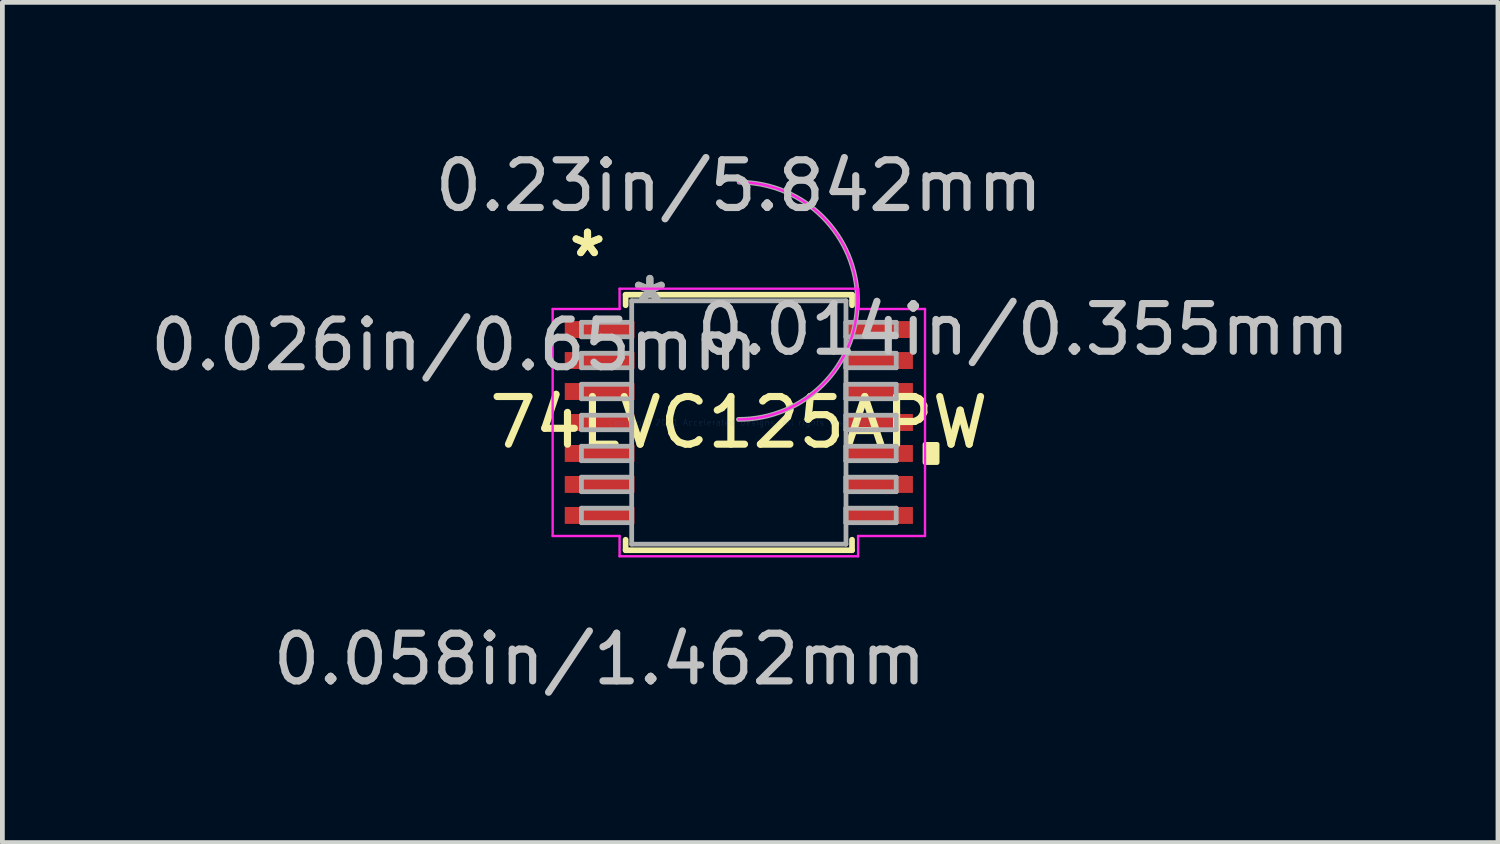
<source format=kicad_pcb>
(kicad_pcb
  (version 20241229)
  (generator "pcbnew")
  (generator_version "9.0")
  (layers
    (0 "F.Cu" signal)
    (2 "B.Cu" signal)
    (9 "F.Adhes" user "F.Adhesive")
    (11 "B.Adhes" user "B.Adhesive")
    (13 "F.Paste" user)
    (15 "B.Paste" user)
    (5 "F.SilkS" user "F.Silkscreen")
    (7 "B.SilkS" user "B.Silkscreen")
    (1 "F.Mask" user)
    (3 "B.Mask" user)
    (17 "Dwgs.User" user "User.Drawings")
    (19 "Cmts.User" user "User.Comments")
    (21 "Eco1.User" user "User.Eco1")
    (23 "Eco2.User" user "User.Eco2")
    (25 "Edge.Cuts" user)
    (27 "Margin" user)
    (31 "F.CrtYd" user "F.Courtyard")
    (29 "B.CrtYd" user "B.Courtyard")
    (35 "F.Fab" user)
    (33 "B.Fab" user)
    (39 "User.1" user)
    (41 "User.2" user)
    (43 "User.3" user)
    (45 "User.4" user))
  (footprint "74LVC125APW"
    (layer "F.Cu")
    (at 12.451 5.814)
    (property "Reference" "74LVC125APW" (at 0 0 0) (layer "F.SilkS") (effects (font (size 1 1) (thickness 0.15))))
    (attr through_hole)
    (fp_line (start -2.375 -2.68) (end -2.375 -2.46) (stroke (width 0.12) (type solid)) (layer "F.SilkS"))
    (fp_line (start -2.375 2.46) (end -2.375 2.68) (stroke (width 0.12) (type solid)) (layer "F.SilkS"))
    (fp_line (start -2.375 2.68) (end 2.375 2.68) (stroke (width 0.12) (type solid)) (layer "F.SilkS"))
    (fp_line (start 2.375 -2.68) (end -2.375 -2.68) (stroke (width 0.12) (type solid)) (layer "F.SilkS"))
    (fp_line (start 2.375 -2.46) (end 2.375 -2.68) (stroke (width 0.12) (type solid)) (layer "F.SilkS"))
    (fp_line (start 2.375 2.68) (end 2.375 2.46) (stroke (width 0.12) (type solid)) (layer "F.SilkS"))
    (fp_poly (pts (xy 4.16 0.459) (xy 4.16 0.84) (xy 3.906 0.84) (xy 3.906 0.459)) (stroke (width 0.1) (type solid)) (fill yes) (layer "F.SilkS"))
    (fp_line (start -3.906 -2.381) (end -2.502 -2.381) (stroke (width 0.05) (type solid)) (layer "F.CrtYd"))
    (fp_line (start -3.906 2.381) (end -3.906 -2.381) (stroke (width 0.05) (type solid)) (layer "F.CrtYd"))
    (fp_line (start -2.502 -2.807) (end 2.502 -2.807) (stroke (width 0.05) (type solid)) (layer "F.CrtYd"))
    (fp_line (start -2.502 -2.381) (end -2.502 -2.807) (stroke (width 0.05) (type solid)) (layer "F.CrtYd"))
    (fp_line (start -2.502 2.381) (end -3.906 2.381) (stroke (width 0.05) (type solid)) (layer "F.CrtYd"))
    (fp_line (start -2.502 2.807) (end -2.502 2.381) (stroke (width 0.05) (type solid)) (layer "F.CrtYd"))
    (fp_line (start 2.502 -2.807) (end 2.502 -2.381) (stroke (width 0.05) (type solid)) (layer "F.CrtYd"))
    (fp_line (start 2.502 -2.381) (end 3.906 -2.381) (stroke (width 0.05) (type solid)) (layer "F.CrtYd"))
    (fp_line (start 2.502 2.381) (end 2.502 2.807) (stroke (width 0.05) (type solid)) (layer "F.CrtYd"))
    (fp_line (start 2.502 2.807) (end -2.502 2.807) (stroke (width 0.05) (type solid)) (layer "F.CrtYd"))
    (fp_line (start 3.906 -2.381) (end 3.906 2.381) (stroke (width 0.05) (type solid)) (layer "F.CrtYd"))
    (fp_line (start 3.906 2.381) (end 2.502 2.381) (stroke (width 0.05) (type solid)) (layer "F.CrtYd"))
    (fp_arc (start 0.009516 -5.040561) (mid 2.487861 -2.543184) (end -0.009516 -0.064839) (stroke (width 0.05) (type solid)) (layer "F.CrtYd"))
    (fp_line (start -3.302 -2.102) (end -3.302 -1.798) (stroke (width 0.1) (type solid)) (layer "F.Fab"))
    (fp_line (start -3.302 -1.798) (end -2.248 -1.798) (stroke (width 0.1) (type solid)) (layer "F.Fab"))
    (fp_line (start -3.302 -1.452) (end -3.302 -1.148) (stroke (width 0.1) (type solid)) (layer "F.Fab"))
    (fp_line (start -3.302 -1.148) (end -2.248 -1.148) (stroke (width 0.1) (type solid)) (layer "F.Fab"))
    (fp_line (start -3.302 -0.802) (end -3.302 -0.498) (stroke (width 0.1) (type solid)) (layer "F.Fab"))
    (fp_line (start -3.302 -0.498) (end -2.248 -0.498) (stroke (width 0.1) (type solid)) (layer "F.Fab"))
    (fp_line (start -3.302 -0.152) (end -3.302 0.152) (stroke (width 0.1) (type solid)) (layer "F.Fab"))
    (fp_line (start -3.302 0.152) (end -2.248 0.152) (stroke (width 0.1) (type solid)) (layer "F.Fab"))
    (fp_line (start -3.302 0.498) (end -3.302 0.802) (stroke (width 0.1) (type solid)) (layer "F.Fab"))
    (fp_line (start -3.302 0.802) (end -2.248 0.802) (stroke (width 0.1) (type solid)) (layer "F.Fab"))
    (fp_line (start -3.302 1.148) (end -3.302 1.452) (stroke (width 0.1) (type solid)) (layer "F.Fab"))
    (fp_line (start -3.302 1.452) (end -2.248 1.452) (stroke (width 0.1) (type solid)) (layer "F.Fab"))
    (fp_line (start -3.302 1.798) (end -3.302 2.102) (stroke (width 0.1) (type solid)) (layer "F.Fab"))
    (fp_line (start -3.302 2.102) (end -2.248 2.102) (stroke (width 0.1) (type solid)) (layer "F.Fab"))
    (fp_line (start -2.248 -2.553) (end -2.248 2.553) (stroke (width 0.1) (type solid)) (layer "F.Fab"))
    (fp_line (start -2.248 -2.102) (end -3.302 -2.102) (stroke (width 0.1) (type solid)) (layer "F.Fab"))
    (fp_line (start -2.248 -1.798) (end -2.248 -2.102) (stroke (width 0.1) (type solid)) (layer "F.Fab"))
    (fp_line (start -2.248 -1.452) (end -3.302 -1.452) (stroke (width 0.1) (type solid)) (layer "F.Fab"))
    (fp_line (start -2.248 -1.148) (end -2.248 -1.452) (stroke (width 0.1) (type solid)) (layer "F.Fab"))
    (fp_line (start -2.248 -0.802) (end -3.302 -0.802) (stroke (width 0.1) (type solid)) (layer "F.Fab"))
    (fp_line (start -2.248 -0.498) (end -2.248 -0.802) (stroke (width 0.1) (type solid)) (layer "F.Fab"))
    (fp_line (start -2.248 -0.152) (end -3.302 -0.152) (stroke (width 0.1) (type solid)) (layer "F.Fab"))
    (fp_line (start -2.248 0.152) (end -2.248 -0.152) (stroke (width 0.1) (type solid)) (layer "F.Fab"))
    (fp_line (start -2.248 0.498) (end -3.302 0.498) (stroke (width 0.1) (type solid)) (layer "F.Fab"))
    (fp_line (start -2.248 0.802) (end -2.248 0.498) (stroke (width 0.1) (type solid)) (layer "F.Fab"))
    (fp_line (start -2.248 1.148) (end -3.302 1.148) (stroke (width 0.1) (type solid)) (layer "F.Fab"))
    (fp_line (start -2.248 1.452) (end -2.248 1.148) (stroke (width 0.1) (type solid)) (layer "F.Fab"))
    (fp_line (start -2.248 1.798) (end -3.302 1.798) (stroke (width 0.1) (type solid)) (layer "F.Fab"))
    (fp_line (start -2.248 2.102) (end -2.248 1.798) (stroke (width 0.1) (type solid)) (layer "F.Fab"))
    (fp_line (start -2.248 2.553) (end 2.248 2.553) (stroke (width 0.1) (type solid)) (layer "F.Fab"))
    (fp_line (start 2.248 -2.553) (end -2.248 -2.553) (stroke (width 0.1) (type solid)) (layer "F.Fab"))
    (fp_line (start 2.248 -2.102) (end 2.248 -1.798) (stroke (width 0.1) (type solid)) (layer "F.Fab"))
    (fp_line (start 2.248 -1.798) (end 3.302 -1.798) (stroke (width 0.1) (type solid)) (layer "F.Fab"))
    (fp_line (start 2.248 -1.452) (end 2.248 -1.148) (stroke (width 0.1) (type solid)) (layer "F.Fab"))
    (fp_line (start 2.248 -1.148) (end 3.302 -1.148) (stroke (width 0.1) (type solid)) (layer "F.Fab"))
    (fp_line (start 2.248 -0.802) (end 2.248 -0.498) (stroke (width 0.1) (type solid)) (layer "F.Fab"))
    (fp_line (start 2.248 -0.498) (end 3.302 -0.498) (stroke (width 0.1) (type solid)) (layer "F.Fab"))
    (fp_line (start 2.248 -0.152) (end 2.248 0.152) (stroke (width 0.1) (type solid)) (layer "F.Fab"))
    (fp_line (start 2.248 0.152) (end 3.302 0.152) (stroke (width 0.1) (type solid)) (layer "F.Fab"))
    (fp_line (start 2.248 0.498) (end 2.248 0.802) (stroke (width 0.1) (type solid)) (layer "F.Fab"))
    (fp_line (start 2.248 0.802) (end 3.302 0.802) (stroke (width 0.1) (type solid)) (layer "F.Fab"))
    (fp_line (start 2.248 1.148) (end 2.248 1.452) (stroke (width 0.1) (type solid)) (layer "F.Fab"))
    (fp_line (start 2.248 1.452) (end 3.302 1.452) (stroke (width 0.1) (type solid)) (layer "F.Fab"))
    (fp_line (start 2.248 1.798) (end 2.248 2.102) (stroke (width 0.1) (type solid)) (layer "F.Fab"))
    (fp_line (start 2.248 2.102) (end 3.302 2.102) (stroke (width 0.1) (type solid)) (layer "F.Fab"))
    (fp_line (start 2.248 2.553) (end 2.248 -2.553) (stroke (width 0.1) (type solid)) (layer "F.Fab"))
    (fp_line (start 3.302 -2.102) (end 2.248 -2.102) (stroke (width 0.1) (type solid)) (layer "F.Fab"))
    (fp_line (start 3.302 -1.798) (end 3.302 -2.102) (stroke (width 0.1) (type solid)) (layer "F.Fab"))
    (fp_line (start 3.302 -1.452) (end 2.248 -1.452) (stroke (width 0.1) (type solid)) (layer "F.Fab"))
    (fp_line (start 3.302 -1.148) (end 3.302 -1.452) (stroke (width 0.1) (type solid)) (layer "F.Fab"))
    (fp_line (start 3.302 -0.802) (end 2.248 -0.802) (stroke (width 0.1) (type solid)) (layer "F.Fab"))
    (fp_line (start 3.302 -0.498) (end 3.302 -0.802) (stroke (width 0.1) (type solid)) (layer "F.Fab"))
    (fp_line (start 3.302 -0.152) (end 2.248 -0.152) (stroke (width 0.1) (type solid)) (layer "F.Fab"))
    (fp_line (start 3.302 0.152) (end 3.302 -0.152) (stroke (width 0.1) (type solid)) (layer "F.Fab"))
    (fp_line (start 3.302 0.498) (end 2.248 0.498) (stroke (width 0.1) (type solid)) (layer "F.Fab"))
    (fp_line (start 3.302 0.802) (end 3.302 0.498) (stroke (width 0.1) (type solid)) (layer "F.Fab"))
    (fp_line (start 3.302 1.148) (end 2.248 1.148) (stroke (width 0.1) (type solid)) (layer "F.Fab"))
    (fp_line (start 3.302 1.452) (end 3.302 1.148) (stroke (width 0.1) (type solid)) (layer "F.Fab"))
    (fp_line (start 3.302 1.798) (end 2.248 1.798) (stroke (width 0.1) (type solid)) (layer "F.Fab"))
    (fp_line (start 3.302 2.102) (end 3.302 1.798) (stroke (width 0.1) (type solid)) (layer "F.Fab"))
    (fp_arc (start 0.007742 -5.040561) (mid 2.487861 -2.544958) (end -0.007742 -0.064839) (stroke (width 0.1) (type solid)) (layer "F.Fab"))
    (fp_text user "*" (at -3.175 -3.448 0) (layer "F.SilkS") (effects (font (size 1 1) (thickness 0.15))))
    (fp_text user "*" (at -3.175 -3.448 0) (layer "F.SilkS") (effects (font (size 1 1) (thickness 0.15))))
    (fp_text user "0.014in/0.355mm" (at 5.969 -1.95 0) (layer "Dwgs.User") (effects (font (size 1 1) (thickness 0.15))))
    (fp_text user "0.23in/5.842mm" (at 0 -4.966 0) (layer "Dwgs.User") (effects (font (size 1 1) (thickness 0.15))))
    (fp_text user "0.058in/1.462mm" (at -2.921 4.966 0) (layer "Dwgs.User") (effects (font (size 1 1) (thickness 0.15))))
    (fp_text user "0.026in/0.65mm" (at -5.969 -1.625 0) (layer "Dwgs.User") (effects (font (size 1 1) (thickness 0.15))))
    (fp_text user "Copyright 2021 Accelerated Designs. All rights reserved." (at 0 0 0) (layer "Cmts.User") (effects (font (size 0.127 0.127) (thickness 0.002))))
    (fp_text user "*" (at -1.867 -2.477 0) (layer "F.Fab") (effects (font (size 1 1) (thickness 0.15))))
    (fp_text user "*" (at -1.867 -2.477 0) (layer "F.Fab") (effects (font (size 1 1) (thickness 0.15))))
    (pad "1" smd rect (at -2.921 -1.95) (size 1.462 0.355) (layers "F.Cu" "F.Mask" "F.Paste"))
    (pad "2" smd rect (at -2.921 -1.3) (size 1.462 0.355) (layers "F.Cu" "F.Mask" "F.Paste"))
    (pad "3" smd rect (at -2.921 -0.65) (size 1.462 0.355) (layers "F.Cu" "F.Mask" "F.Paste"))
    (pad "4" smd rect (at -2.921 0) (size 1.462 0.355) (layers "F.Cu" "F.Mask" "F.Paste"))
    (pad "5" smd rect (at -2.921 0.65) (size 1.462 0.355) (layers "F.Cu" "F.Mask" "F.Paste"))
    (pad "6" smd rect (at -2.921 1.3) (size 1.462 0.355) (layers "F.Cu" "F.Mask" "F.Paste"))
    (pad "7" smd rect (at -2.921 1.95) (size 1.462 0.355) (layers "F.Cu" "F.Mask" "F.Paste"))
    (pad "8" smd rect (at 2.921 1.95) (size 1.462 0.355) (layers "F.Cu" "F.Mask" "F.Paste"))
    (pad "9" smd rect (at 2.921 1.3) (size 1.462 0.355) (layers "F.Cu" "F.Mask" "F.Paste"))
    (pad "10" smd rect (at 2.921 0.65) (size 1.462 0.355) (layers "F.Cu" "F.Mask" "F.Paste"))
    (pad "11" smd rect (at 2.921 0) (size 1.462 0.355) (layers "F.Cu" "F.Mask" "F.Paste"))
    (pad "12" smd rect (at 2.921 -0.65) (size 1.462 0.355) (layers "F.Cu" "F.Mask" "F.Paste"))
    (pad "13" smd rect (at 2.921 -1.3) (size 1.462 0.355) (layers "F.Cu" "F.Mask" "F.Paste"))
    (pad "14" smd rect (at 2.921 -1.95) (size 1.462 0.355) (layers "F.Cu" "F.Mask" "F.Paste")))
  (gr_rect
    (start -3 -3)
    (end 28.378 14.628)
    (stroke (width 0.1) (type default))
    (fill no)
    (layer "Edge.Cuts")))
</source>
